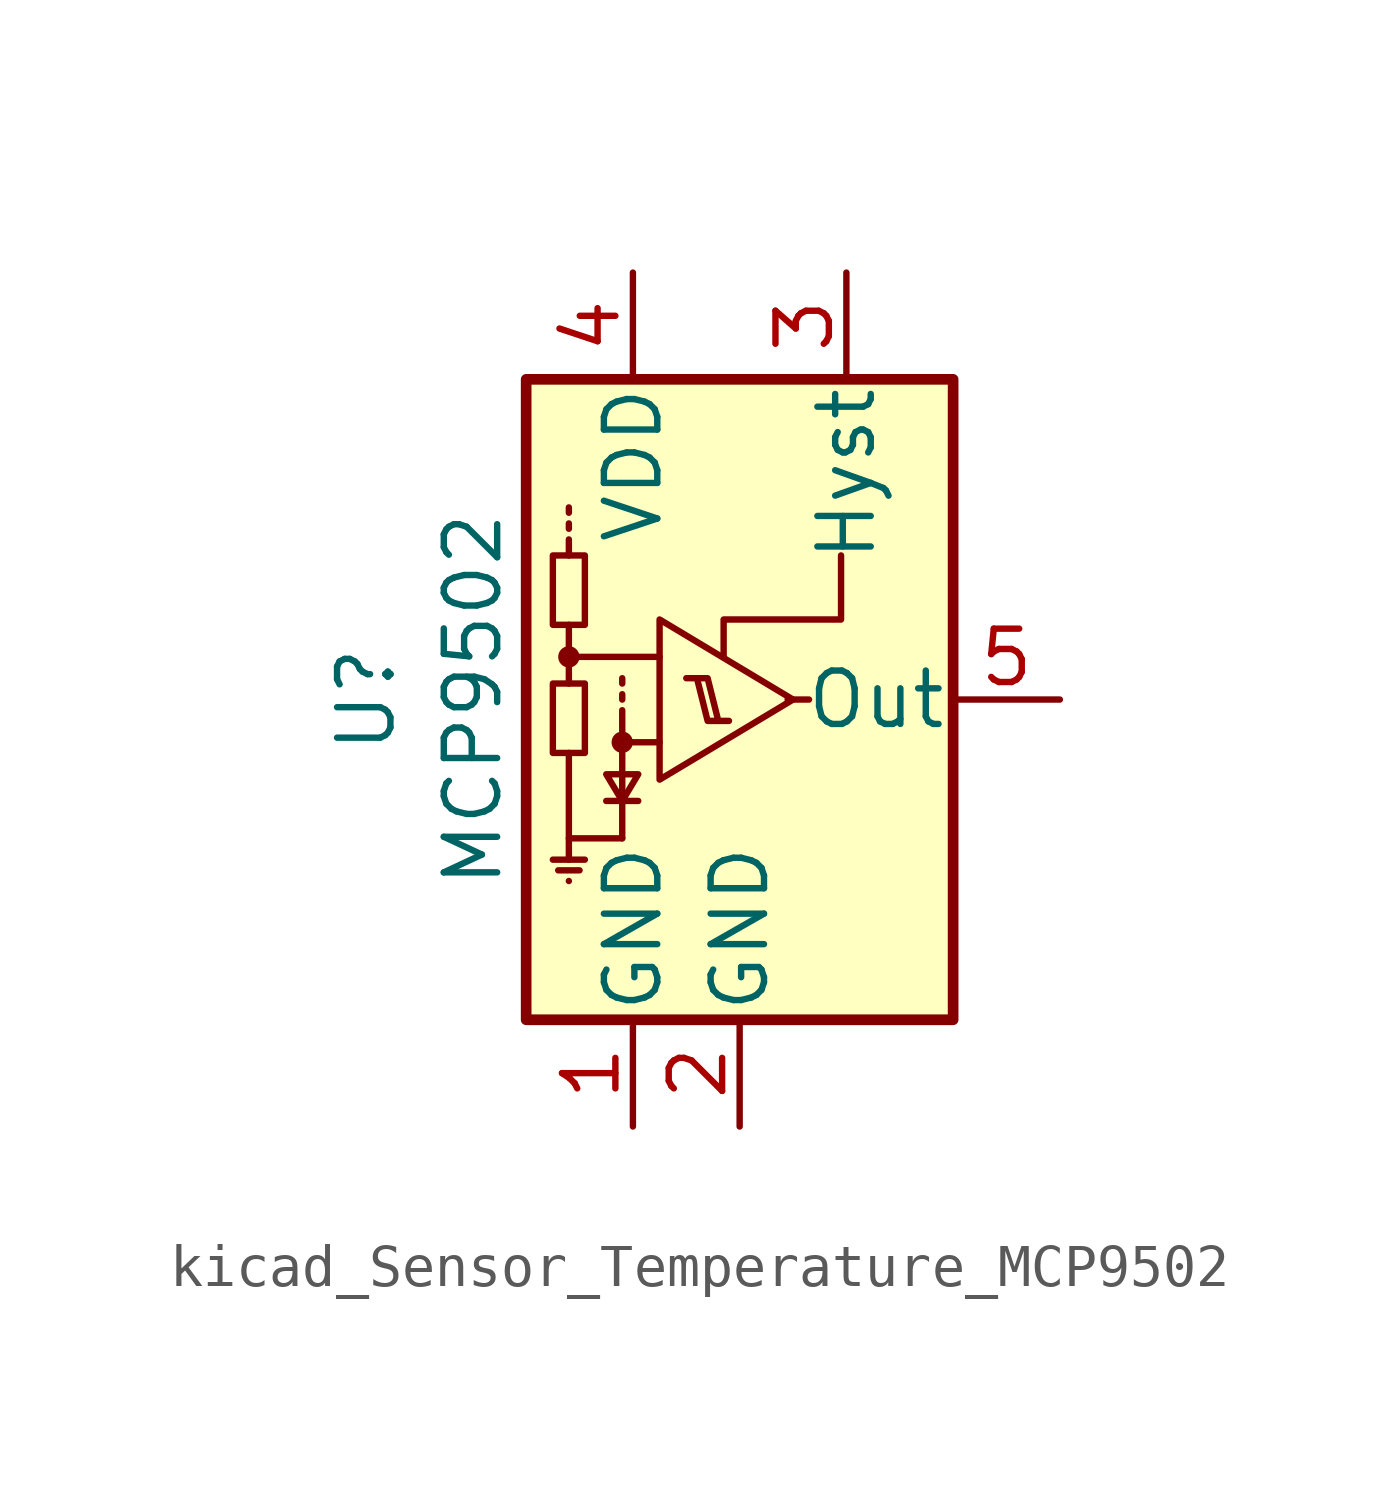
<source format=kicad_sym>
(kicad_symbol_lib
  (version 20220914)
  (generator kicad_symbol_editor)
  (symbol "kicad_Sensor_Temperature_MCP9502"
    (pin_names
      (offset 0.127))
    (property "Reference" "U"
      (at -6.35 0 90)
      (effects (font (size 1.27 1.27))))
    (property "Value" "MCP9502"
      (at -3.81 0 90)
      (effects (font (size 1.27 1.27))))
    (symbol "kicad_Sensor_Temperature_MCP9502_0_1"
      (rectangle (start -2.54 7.62) (end 7.62 -7.62) (stroke (width 0.254) (type default)) (fill (type background)))
      (rectangle (start -1.905 0.381) (end -1.143 -1.27) (stroke (width 0) (type default)) (fill (type none)))
      (rectangle (start -1.905 3.429) (end -1.143 1.778) (stroke (width 0) (type default)) (fill (type none)))
      (circle (center -1.524 1.016) (radius 0.178) (stroke (width 0) (type default)) (fill (type outline)))
      (circle (center -0.254 -1.016) (radius 0.178) (stroke (width 0) (type default)) (fill (type outline)))
      (polyline (pts (xy -1.905 -3.81) (xy -1.143 -3.81)) (stroke (width 0) (type default)) (fill (type none)))
      (polyline (pts (xy -1.778 -4.064) (xy -1.27 -4.064)) (stroke (width 0) (type default)) (fill (type none)))
      (polyline (pts (xy -1.524 -4.318) (xy -1.524 -4.318)) (stroke (width 0) (type default)) (fill (type none)))
      (polyline (pts (xy -1.524 -3.302) (xy -1.524 -3.81)) (stroke (width 0) (type default)) (fill (type none)))
      (polyline (pts (xy -1.524 1.016) (xy -1.524 0.381)) (stroke (width 0) (type default)) (fill (type none)))
      (polyline (pts (xy -1.524 3.429) (xy -1.524 3.81)) (stroke (width 0) (type default)) (fill (type none)))
      (polyline (pts (xy -1.524 4.064) (xy -1.524 4.191)) (stroke (width 0) (type default)) (fill (type none)))
      (polyline (pts (xy -1.524 4.445) (xy -1.524 4.572)) (stroke (width 0) (type default)) (fill (type none)))
      (polyline (pts (xy -0.635 -2.413) (xy 0.127 -2.413)) (stroke (width 0) (type default)) (fill (type none)))
      (polyline (pts (xy -0.254 0) (xy -0.254 0.127)) (stroke (width 0) (type default)) (fill (type none)))
      (polyline (pts (xy -0.254 0.381) (xy -0.254 0.508)) (stroke (width 0) (type default)) (fill (type none)))
      (polyline (pts (xy 3.683 0) (xy 4.191 0)) (stroke (width 0) (type default)) (fill (type none)))
      (polyline (pts (xy -1.524 -1.27) (xy -1.524 -3.302) (xy -0.254 -3.302)) (stroke (width 0) (type default)) (fill (type none)))
      (polyline (pts (xy -0.254 -1.016) (xy -0.254 -0.381) (xy -0.254 -0.254)) (stroke (width 0) (type default)) (fill (type none)))
      (polyline (pts (xy 0.635 -1.016) (xy -0.254 -1.016) (xy -0.254 -3.302)) (stroke (width 0) (type default)) (fill (type none)))
      (polyline (pts (xy 0.635 1.016) (xy -1.524 1.016) (xy -1.524 1.778)) (stroke (width 0) (type default)) (fill (type none)))
      (polyline (pts (xy 1.524 0.508) (xy 1.778 -0.508) (xy 2.032 -0.508)) (stroke (width 0) (type default)) (fill (type none)))
      (polyline (pts (xy 0.127 -1.778) (xy -0.635 -1.778) (xy -0.254 -2.413) (xy 0.127 -1.778)) (stroke (width 0) (type default)) (fill (type none)))
      (polyline (pts (xy 1.27 0.508) (xy 1.778 0.508) (xy 2.032 -0.508) (xy 2.286 -0.508)) (stroke (width 0) (type default)) (fill (type none)))
      (polyline (pts (xy 3.81 0) (xy 0.635 1.905) (xy 0.635 -1.905) (xy 3.81 0)) (stroke (width 0) (type default)) (fill (type none)))
      (polyline (pts (xy 4.953 3.429) (xy 4.953 1.905) (xy 2.159 1.905) (xy 2.159 1.016)) (stroke (width 0) (type default)) (fill (type none))))
    (symbol "kicad_Sensor_Temperature_MCP9502_1_1"
      (pin power_in line (at 0 -10.16 90) (length 2.54) (name "GND" (effects (font (size 1.27 1.27)))) (number "1" (effects (font (size 1.27 1.27)))))
      (pin power_in line (at 2.54 -10.16 90) (length 2.54) (name "GND" (effects (font (size 1.27 1.27)))) (number "2" (effects (font (size 1.27 1.27)))))
      (pin input line (at 5.08 10.16 270) (length 2.54) (name "Hyst" (effects (font (size 1.27 1.27)))) (number "3" (effects (font (size 1.27 1.27)))))
      (pin power_in line (at 0 10.16 270) (length 2.54) (name "VDD" (effects (font (size 1.27 1.27)))) (number "4" (effects (font (size 1.27 1.27)))))
      (pin output line (at 10.16 0 180) (length 2.54) (name "Out" (effects (font (size 1.27 1.27)))) (number "5" (effects (font (size 1.27 1.27))))))))
</source>
